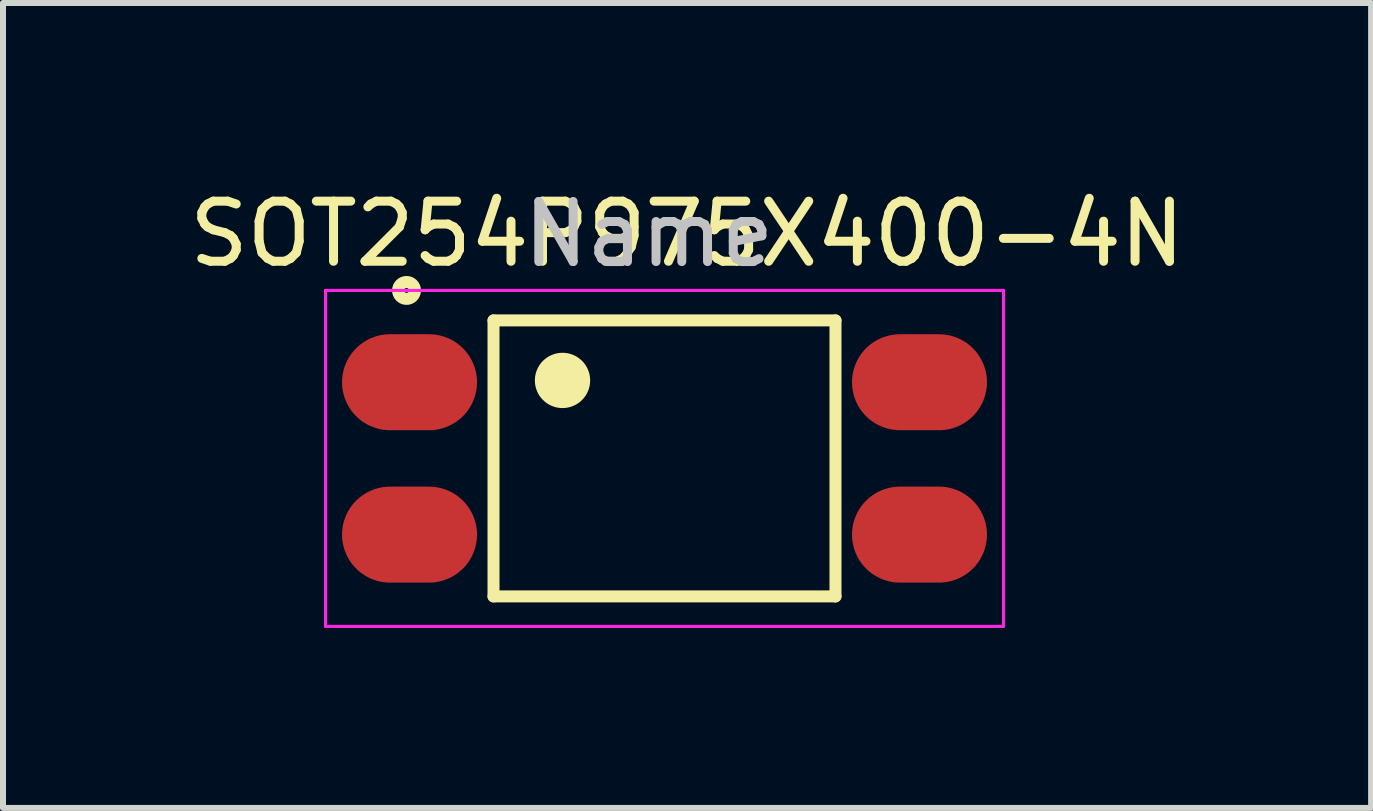
<source format=kicad_pcb>
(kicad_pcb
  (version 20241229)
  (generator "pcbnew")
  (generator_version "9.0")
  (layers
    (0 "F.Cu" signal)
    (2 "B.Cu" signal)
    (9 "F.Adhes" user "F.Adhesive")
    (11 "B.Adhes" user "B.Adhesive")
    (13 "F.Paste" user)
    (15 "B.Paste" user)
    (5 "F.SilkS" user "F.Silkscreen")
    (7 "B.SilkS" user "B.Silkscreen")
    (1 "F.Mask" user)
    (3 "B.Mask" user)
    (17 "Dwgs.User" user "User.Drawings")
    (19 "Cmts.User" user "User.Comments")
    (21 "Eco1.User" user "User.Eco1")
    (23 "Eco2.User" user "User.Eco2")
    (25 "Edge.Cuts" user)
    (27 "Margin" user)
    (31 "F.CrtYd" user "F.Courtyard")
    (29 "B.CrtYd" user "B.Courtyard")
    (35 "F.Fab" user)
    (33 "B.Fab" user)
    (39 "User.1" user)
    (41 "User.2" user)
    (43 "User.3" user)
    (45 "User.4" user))
  (footprint "SOT254P975X400-4N"
    (layer "F.Cu")
    (at 8.026 4.591)
    (property "Reference" "SOT254P975X400-4N" (at 0.376 -3.742 0) (layer "F.SilkS") (effects (font (size 1.002 1.002) (thickness 0.15))))
    (attr smd)
    (fp_line (start -2.85 -2.3) (end 2.85 -2.3) (stroke (width 0.2) (type solid)) (layer "F.SilkS"))
    (fp_line (start -2.85 2.3) (end -2.85 -2.3) (stroke (width 0.2) (type solid)) (layer "F.SilkS"))
    (fp_line (start 2.85 -2.3) (end 2.85 2.3) (stroke (width 0.2) (type solid)) (layer "F.SilkS"))
    (fp_line (start 2.85 2.3) (end -2.85 2.3) (stroke (width 0.2) (type solid)) (layer "F.SilkS"))
    (fp_circle (center -4.3 -2.8) (end -4.159 -2.8) (stroke (width 0.2) (type solid)) (fill no) (layer "F.SilkS"))
    (fp_circle (center -1.7 -1.3) (end -1.339 -1.3) (stroke (width 0.2) (type solid)) (fill no) (layer "F.SilkS"))
    (fp_poly (pts (xy -2.001 -1.6) (xy -1.4 -1.6) (xy -1.4 -1.001) (xy -2.001 -1.001)) (stroke (width 0.01) (type solid)) (fill yes) (layer "F.SilkS"))
    (fp_line (start -5.65 -2.8) (end 5.65 -2.8) (stroke (width 0.052) (type solid)) (layer "F.CrtYd"))
    (fp_line (start -5.65 2.8) (end -5.65 -2.8) (stroke (width 0.052) (type solid)) (layer "F.CrtYd"))
    (fp_line (start 5.65 -2.8) (end 5.65 2.8) (stroke (width 0.052) (type solid)) (layer "F.CrtYd"))
    (fp_line (start 5.65 2.8) (end -5.65 2.8) (stroke (width 0.052) (type solid)) (layer "F.CrtYd"))
    (fp_text user "Name" (at -0.26 -3.737 0) (layer "Dwgs.User") (effects (font (size 1.001 1.001) (thickness 0.15))))
    (pad "1" smd oval (at -4.25 -1.27) (size 2.25 1.6) (layers "F.Cu" "F.Mask" "F.Paste"))
    (pad "2" smd oval (at -4.25 1.27) (size 2.25 1.6) (layers "F.Cu" "F.Mask" "F.Paste"))
    (pad "3" smd oval (at 4.25 1.27) (size 2.25 1.6) (layers "F.Cu" "F.Mask" "F.Paste"))
    (pad "4" smd oval (at 4.25 -1.27) (size 2.25 1.6) (layers "F.Cu" "F.Mask" "F.Paste")))
  (gr_rect
    (start -3 -3)
    (end 19.804 10.417)
    (stroke (width 0.1) (type default))
    (fill no)
    (layer "Edge.Cuts")))
</source>
